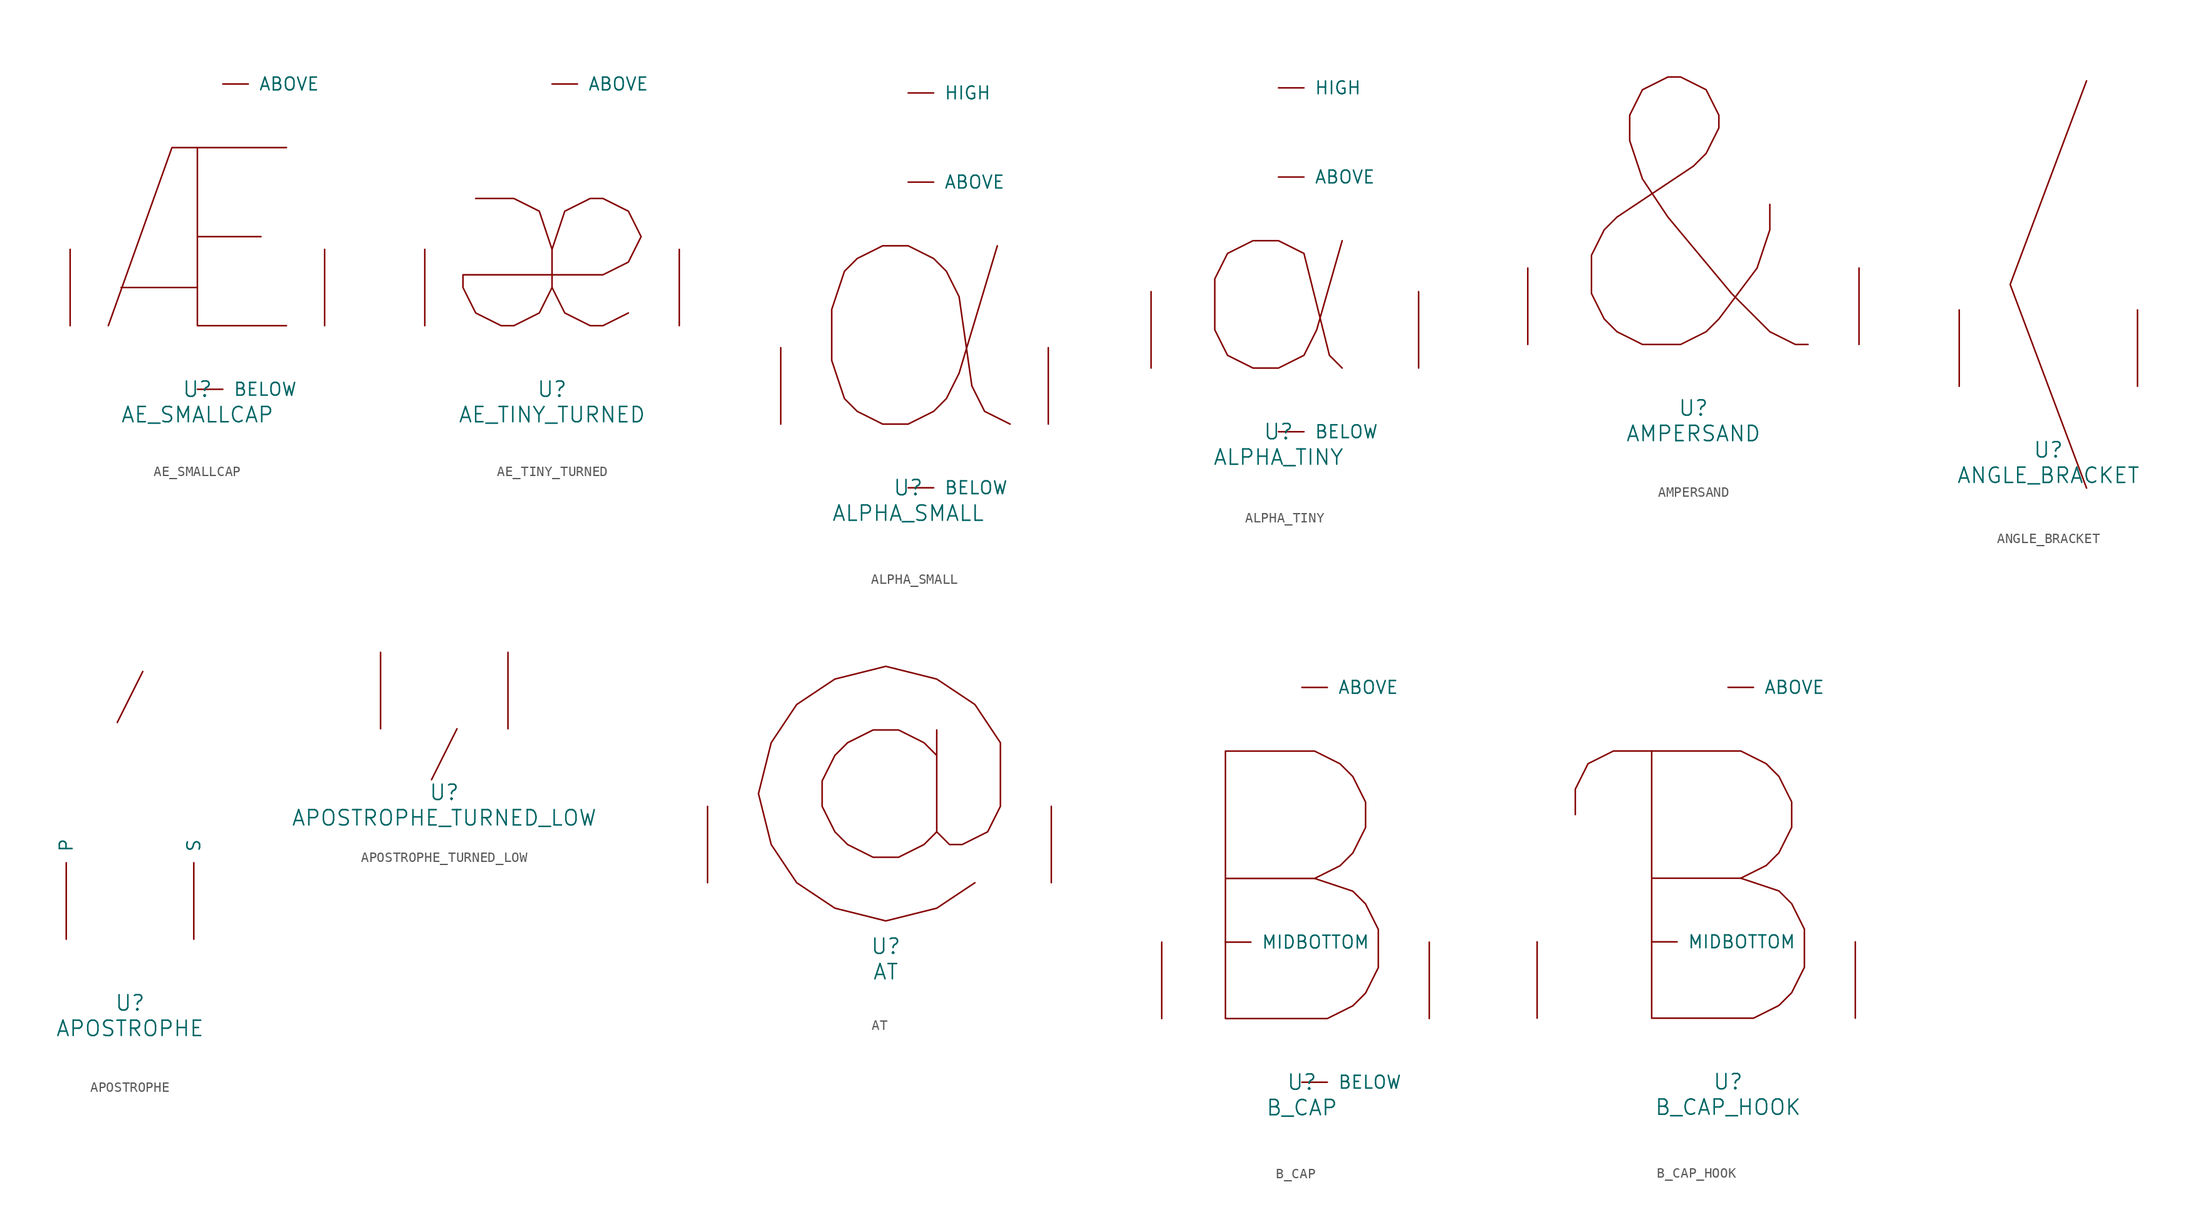
<source format=kicad_sym>
(kicad_symbol_lib
  (version 20220914)
  (generator font_lib2sym)
  (symbol "AE_SMALLCAP"
    (pin_names
      (offset 1.016))
    (property "Reference" "U"
      (at 0 -6.35 0)
      (effects (font (size 1.524 1.524))))
    (property "Value" "AE_SMALLCAP"
      (at 0 -8.89 0)
      (effects (font (size 1.524 1.524))))
    (symbol "AE_SMALLCAP_0_1"
      (polyline (pts (xy -7.62 3.81) (xy 0 3.81)) (stroke (width 0) (type solid)) (fill (type none)))
      (polyline (pts (xy 0 8.89) (xy 6.35 8.89)) (stroke (width 0) (type solid)) (fill (type none)))
      (polyline (pts (xy 0 17.78) (xy 0 0) (xy 8.89 0)) (stroke (width 0) (type solid)) (fill (type none)))
      (polyline (pts (xy 8.89 17.78) (xy -2.54 17.78) (xy -8.89 0)) (stroke (width 0) (type solid)) (fill (type none)))
      (pin input line (at 2.54 24.13 0) (length 2.54) (name "ABOVE" (effects (font (size 1.27 1.27)))) (number "~" (effects (font (size 1.27 1.27)))))
      (pin input line (at 0 -6.35 0) (length 2.54) (name "BELOW" (effects (font (size 1.27 1.27)))) (number "~" (effects (font (size 1.27 1.27)))))
      (pin input line (at -12.7 0 90) (length 7.62) (name "~" (effects (font (size 1.27 1.27)))) (number "~" (effects (font (size 1.27 1.27)))))
      (pin input line (at 12.7 0 90) (length 7.62) (name "~" (effects (font (size 1.27 1.27)))) (number "~" (effects (font (size 1.27 1.27)))))))
  (symbol "AE_TINY_TURNED"
    (pin_names
      (offset 1.016))
    (property "Reference" "U"
      (at 0 -6.35 0)
      (effects (font (size 1.524 1.524))))
    (property "Value" "AE_TINY_TURNED"
      (at 0 -8.89 0)
      (effects (font (size 1.524 1.524))))
    (symbol "AE_TINY_TURNED_0_1"
      (polyline (pts (xy 7.62 1.27) (xy 5.08 0) (xy 3.81 0) (xy 1.27 1.27) (xy 0 3.81)) (stroke (width 0) (type solid)) (fill (type none)))
      (polyline (pts (xy -7.62 12.7) (xy -3.81 12.7) (xy -1.27 11.43) (xy 0 7.62) (xy 0 3.81) (xy -1.27 1.27) (xy -3.81 0) (xy -5.08 0) (xy -7.62 1.27) (xy -8.89 3.81) (xy -8.89 5.08) (xy 5.08 5.08) (xy 7.62 6.35) (xy 8.89 8.89) (xy 7.62 11.43) (xy 5.08 12.7) (xy 3.81 12.7) (xy 1.27 11.43) (xy 0 7.62)) (stroke (width 0) (type solid)) (fill (type none)))
      (pin input line (at 0 24.13 0) (length 2.54) (name "ABOVE" (effects (font (size 1.27 1.27)))) (number "~" (effects (font (size 1.27 1.27)))))
      (pin input line (at -12.7 0 90) (length 7.62) (name "~" (effects (font (size 1.27 1.27)))) (number "~" (effects (font (size 1.27 1.27)))))
      (pin input line (at 12.7 0 90) (length 7.62) (name "~" (effects (font (size 1.27 1.27)))) (number "~" (effects (font (size 1.27 1.27)))))))
  (symbol "ALPHA_SMALL"
    (pin_names
      (offset 1.016))
    (property "Reference" "U"
      (at 0 -6.35 0)
      (effects (font (size 1.524 1.524))))
    (property "Value" "ALPHA_SMALL"
      (at 0 -8.89 0)
      (effects (font (size 1.524 1.524))))
    (symbol "ALPHA_SMALL_0_1"
      (polyline (pts (xy 8.89 17.78) (xy 5.08 5.08) (xy 3.81 2.54) (xy 2.54 1.27) (xy 0 0) (xy -2.54 0) (xy -5.08 1.27) (xy -6.35 2.54) (xy -7.62 6.35) (xy -7.62 11.43) (xy -6.35 15.24) (xy -5.08 16.51) (xy -2.54 17.78) (xy 0 17.78) (xy 2.54 16.51) (xy 3.81 15.24) (xy 5.08 12.7) (xy 6.35 3.81) (xy 7.62 1.27) (xy 10.16 0)) (stroke (width 0) (type solid)) (fill (type none)))
      (pin input line (at 0 24.13 0) (length 2.54) (name "ABOVE" (effects (font (size 1.27 1.27)))) (number "~" (effects (font (size 1.27 1.27)))))
      (pin input line (at 0 -6.35 0) (length 2.54) (name "BELOW" (effects (font (size 1.27 1.27)))) (number "~" (effects (font (size 1.27 1.27)))))
      (pin input line (at 0 33.02 0) (length 2.54) (name "HIGH" (effects (font (size 1.27 1.27)))) (number "~" (effects (font (size 1.27 1.27)))))
      (pin input line (at -12.7 0 90) (length 7.62) (name "~" (effects (font (size 1.27 1.27)))) (number "~" (effects (font (size 1.27 1.27)))))
      (pin input line (at 13.97 0 90) (length 7.62) (name "~" (effects (font (size 1.27 1.27)))) (number "~" (effects (font (size 1.27 1.27)))))))
  (symbol "ALPHA_TINY"
    (pin_names
      (offset 1.016))
    (property "Reference" "U"
      (at 0 -6.35 0)
      (effects (font (size 1.524 1.524))))
    (property "Value" "ALPHA_TINY"
      (at 0 -8.89 0)
      (effects (font (size 1.524 1.524))))
    (symbol "ALPHA_TINY_0_1"
      (polyline (pts (xy 6.35 12.7) (xy 3.81 3.81) (xy 2.54 1.27) (xy 0 0) (xy -2.54 0) (xy -5.08 1.27) (xy -6.35 3.81) (xy -6.35 8.89) (xy -5.08 11.43) (xy -2.54 12.7) (xy 0 12.7) (xy 2.54 11.43) (xy 5.08 1.27) (xy 6.35 0)) (stroke (width 0) (type solid)) (fill (type none)))
      (pin input line (at 0 19.05 0) (length 2.54) (name "ABOVE" (effects (font (size 1.27 1.27)))) (number "~" (effects (font (size 1.27 1.27)))))
      (pin input line (at 0 -6.35 0) (length 2.54) (name "BELOW" (effects (font (size 1.27 1.27)))) (number "~" (effects (font (size 1.27 1.27)))))
      (pin input line (at 0 27.94 0) (length 2.54) (name "HIGH" (effects (font (size 1.27 1.27)))) (number "~" (effects (font (size 1.27 1.27)))))
      (pin input line (at -12.7 0 90) (length 7.62) (name "~" (effects (font (size 1.27 1.27)))) (number "~" (effects (font (size 1.27 1.27)))))
      (pin input line (at 13.97 0 90) (length 7.62) (name "~" (effects (font (size 1.27 1.27)))) (number "~" (effects (font (size 1.27 1.27)))))))
  (symbol "AMPERSAND"
    (pin_names
      (offset 1.016))
    (property "Reference" "U"
      (at 0 -6.35 0)
      (effects (font (size 1.524 1.524))))
    (property "Value" "AMPERSAND"
      (at 0 -8.89 0)
      (effects (font (size 1.524 1.524))))
    (symbol "AMPERSAND_0_1"
      (polyline (pts (xy 11.43 0) (xy 10.16 0) (xy 7.62 1.27) (xy 3.81 5.08) (xy -2.54 12.7) (xy -5.08 16.51) (xy -6.35 20.32) (xy -6.35 22.86) (xy -5.08 25.4) (xy -2.54 26.67) (xy -1.27 26.67) (xy 1.27 25.4) (xy 2.54 22.86) (xy 2.54 21.59) (xy 1.27 19.05) (xy 0 17.78) (xy -7.62 12.7) (xy -8.89 11.43) (xy -10.16 8.89) (xy -10.16 5.08) (xy -8.89 2.54) (xy -7.62 1.27) (xy -5.08 0) (xy -1.27 0) (xy 1.27 1.27) (xy 2.54 2.54) (xy 6.35 7.62) (xy 7.62 11.43) (xy 7.62 13.97)) (stroke (width 0) (type solid)) (fill (type none)))
      (pin input line (at -16.51 0 90) (length 7.62) (name "~" (effects (font (size 1.27 1.27)))) (number "~" (effects (font (size 1.27 1.27)))))
      (pin input line (at 16.51 0 90) (length 7.62) (name "~" (effects (font (size 1.27 1.27)))) (number "~" (effects (font (size 1.27 1.27)))))))
  (symbol "ANGLE_BRACKET"
    (pin_names
      (offset 1.016))
    (property "Reference" "U"
      (at 0 -6.35 0)
      (effects (font (size 1.524 1.524))))
    (property "Value" "ANGLE_BRACKET"
      (at 0 -8.89 0)
      (effects (font (size 1.524 1.524))))
    (symbol "ANGLE_BRACKET_0_1"
      (polyline (pts (xy 3.81 -10.16) (xy -3.81 10.16) (xy 3.81 30.48)) (stroke (width 0) (type solid)) (fill (type none)))
      (pin input line (at -8.89 0 90) (length 7.62) (name "~" (effects (font (size 1.27 1.27)))) (number "~" (effects (font (size 1.27 1.27)))))
      (pin input line (at 8.89 0 90) (length 7.62) (name "~" (effects (font (size 1.27 1.27)))) (number "~" (effects (font (size 1.27 1.27)))))))
  (symbol "APOSTROPHE"
    (pin_names
      (offset 1.016))
    (property "Reference" "U"
      (at 0 -6.35 0)
      (effects (font (size 1.524 1.524))))
    (property "Value" "APOSTROPHE"
      (at 0 -8.89 0)
      (effects (font (size 1.524 1.524))))
    (symbol "APOSTROPHE_0_1"
      (polyline (pts (xy 1.27 26.67) (xy -1.27 21.59)) (stroke (width 0) (type solid)) (fill (type none)))
      (pin input line (at -6.35 0 90) (length 7.62) (name "P" (effects (font (size 1.27 1.27)))) (number "~" (effects (font (size 1.27 1.27)))))
      (pin input line (at 6.35 0 90) (length 7.62) (name "S" (effects (font (size 1.27 1.27)))) (number "~" (effects (font (size 1.27 1.27)))))))
  (symbol "APOSTROPHE_TURNED_LOW"
    (pin_names
      (offset 1.016))
    (property "Reference" "U"
      (at 0 -6.35 0)
      (effects (font (size 1.524 1.524))))
    (property "Value" "APOSTROPHE_TURNED_LOW"
      (at 0 -8.89 0)
      (effects (font (size 1.524 1.524))))
    (symbol "APOSTROPHE_TURNED_LOW_0_1"
      (polyline (pts (xy 1.27 0) (xy -1.27 -5.08)) (stroke (width 0) (type solid)) (fill (type none)))
      (pin input line (at -6.35 0 90) (length 7.62) (name "~" (effects (font (size 1.27 1.27)))) (number "~" (effects (font (size 1.27 1.27)))))
      (pin input line (at 6.35 0 90) (length 7.62) (name "~" (effects (font (size 1.27 1.27)))) (number "~" (effects (font (size 1.27 1.27)))))))
  (symbol "AT"
    (pin_names
      (offset 1.016))
    (property "Reference" "U"
      (at 0 -6.35 0)
      (effects (font (size 1.524 1.524))))
    (property "Value" "AT"
      (at 0 -8.89 0)
      (effects (font (size 1.524 1.524))))
    (symbol "AT_0_1"
      (polyline (pts (xy 5.08 12.7) (xy 3.81 13.97) (xy 1.27 15.24) (xy -1.27 15.24) (xy -3.81 13.97) (xy -5.08 12.7) (xy -6.35 10.16) (xy -6.35 7.62) (xy -5.08 5.08) (xy -3.81 3.81) (xy -1.27 2.54) (xy 1.27 2.54) (xy 3.81 3.81) (xy 5.08 5.08)) (stroke (width 0) (type solid)) (fill (type none)))
      (polyline (pts (xy 5.08 15.24) (xy 5.08 5.08) (xy 6.35 3.81) (xy 7.62 3.81) (xy 10.16 5.08) (xy 11.43 7.62) (xy 11.43 13.97) (xy 8.89 17.78) (xy 5.08 20.32) (xy 0 21.59) (xy -5.08 20.32) (xy -8.89 17.78) (xy -11.43 13.97) (xy -12.7 8.89) (xy -11.43 3.81) (xy -8.89 0) (xy -5.08 -2.54) (xy 0 -3.81) (xy 5.08 -2.54) (xy 8.89 0)) (stroke (width 0) (type solid)) (fill (type none)))
      (pin input line (at -17.78 0 90) (length 7.62) (name "~" (effects (font (size 1.27 1.27)))) (number "~" (effects (font (size 1.27 1.27)))))
      (pin input line (at 16.51 0 90) (length 7.62) (name "~" (effects (font (size 1.27 1.27)))) (number "~" (effects (font (size 1.27 1.27)))))))
  (symbol "B_CAP"
    (pin_names
      (offset 1.016))
    (property "Reference" "U"
      (at 0 -6.35 0)
      (effects (font (size 1.524 1.524))))
    (property "Value" "B_CAP"
      (at 0 -8.89 0)
      (effects (font (size 1.524 1.524))))
    (symbol "B_CAP_0_1"
      (polyline (pts (xy 1.27 13.97) (xy 5.08 12.7) (xy 6.35 11.43) (xy 7.62 8.89) (xy 7.62 5.08) (xy 6.35 2.54) (xy 5.08 1.27) (xy 2.54 0) (xy -7.62 0) (xy -7.62 26.67) (xy 1.27 26.67) (xy 3.81 25.4) (xy 5.08 24.13) (xy 6.35 21.59) (xy 6.35 19.05) (xy 5.08 16.51) (xy 3.81 15.24) (xy 1.27 13.97) (xy -7.62 13.97)) (stroke (width 0) (type solid)) (fill (type none)))
      (pin input line (at 0 33.02 0) (length 2.54) (name "ABOVE" (effects (font (size 1.27 1.27)))) (number "~" (effects (font (size 1.27 1.27)))))
      (pin input line (at 0 -6.35 0) (length 2.54) (name "BELOW" (effects (font (size 1.27 1.27)))) (number "~" (effects (font (size 1.27 1.27)))))
      (pin input line (at -7.62 7.62 0) (length 2.54) (name "MIDBOTTOM" (effects (font (size 1.27 1.27)))) (number "~" (effects (font (size 1.27 1.27)))))
      (pin input line (at -13.97 0 90) (length 7.62) (name "~" (effects (font (size 1.27 1.27)))) (number "~" (effects (font (size 1.27 1.27)))))
      (pin input line (at 12.7 0 90) (length 7.62) (name "~" (effects (font (size 1.27 1.27)))) (number "~" (effects (font (size 1.27 1.27)))))))
  (symbol "B_CAP_HOOK"
    (pin_names
      (offset 1.016))
    (property "Reference" "U"
      (at 0 -6.35 0)
      (effects (font (size 1.524 1.524))))
    (property "Value" "B_CAP_HOOK"
      (at 0 -8.89 0)
      (effects (font (size 1.524 1.524))))
    (symbol "B_CAP_HOOK_0_1"
      (polyline (pts (xy -7.62 26.67) (xy -7.62 0) (xy 2.54 0) (xy 5.08 1.27) (xy 6.35 2.54) (xy 7.62 5.08) (xy 7.62 8.89) (xy 6.35 11.43) (xy 5.08 12.7) (xy 1.27 13.97) (xy -7.62 13.97)) (stroke (width 0) (type solid)) (fill (type none)))
      (polyline (pts (xy -15.24 20.32) (xy -15.24 22.86) (xy -13.97 25.4) (xy -11.43 26.67) (xy 1.27 26.67) (xy 3.81 25.4) (xy 5.08 24.13) (xy 6.35 21.59) (xy 6.35 19.05) (xy 5.08 16.51) (xy 3.81 15.24) (xy 1.27 13.97)) (stroke (width 0) (type solid)) (fill (type none)))
      (pin input line (at 0 33.02 0) (length 2.54) (name "ABOVE" (effects (font (size 1.27 1.27)))) (number "~" (effects (font (size 1.27 1.27)))))
      (pin input line (at -7.62 7.62 0) (length 2.54) (name "MIDBOTTOM" (effects (font (size 1.27 1.27)))) (number "~" (effects (font (size 1.27 1.27)))))
      (pin input line (at -19.05 0 90) (length 7.62) (name "~" (effects (font (size 1.27 1.27)))) (number "~" (effects (font (size 1.27 1.27)))))
      (pin input line (at 12.7 0 90) (length 7.62) (name "~" (effects (font (size 1.27 1.27)))) (number "~" (effects (font (size 1.27 1.27))))))))
</source>
